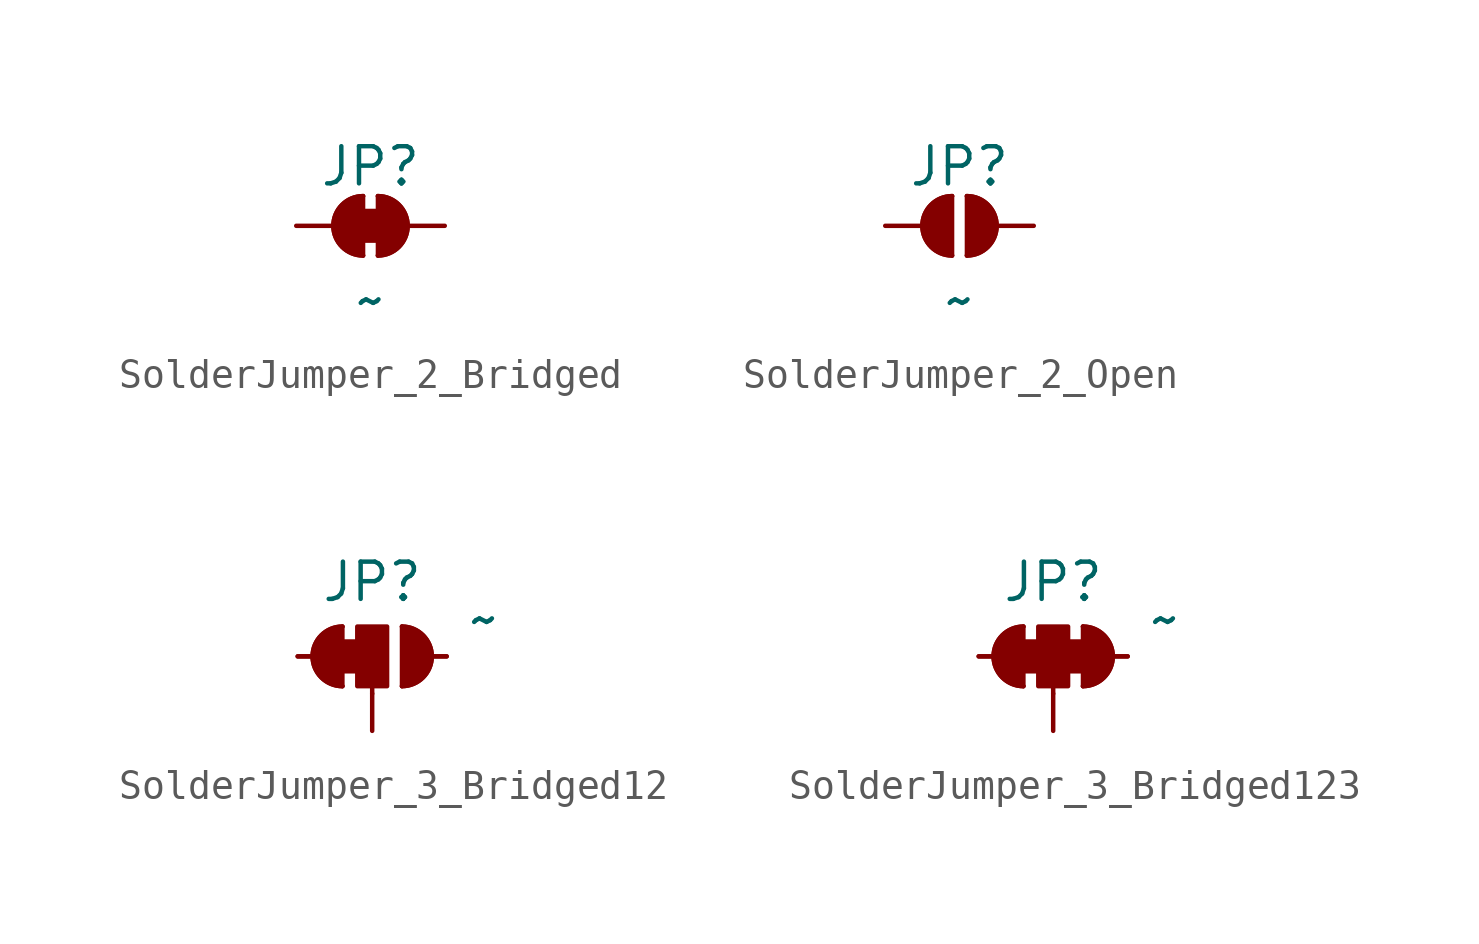
<source format=kicad_sym>
(kicad_symbol_lib
  (version 20231120)
  (generator "kicad_symbol_editor")
  (generator_version "8.0")
  (symbol "SolderJumper_2_Bridged"
    (pin_numbers hide)
    (pin_names
      (offset 0) hide)
    (property "Reference" "JP"
      (at 0 2.032 0)
      (effects (font (size 1.27 1.27))))
    (property "Value" "~"
      (at 0 -2.54 0)
      (effects (font (size 1.27 1.27))))
    (symbol "SolderJumper_2_Bridged_0_1"
      (rectangle (start -0.508 0.508) (end 0.508 -0.508) (stroke (width 0) (type default)) (fill (type outline)))
      (arc (start -0.254 1.016) (mid -1.2656 0) (end -0.254 -1.016) (stroke (width 0) (type default)) (fill (type none)))
      (arc (start -0.254 1.016) (mid -1.2656 0) (end -0.254 -1.016) (stroke (width 0) (type default)) (fill (type outline)))
      (polyline (pts (xy -0.254 1.016) (xy -0.254 -1.016)) (stroke (width 0) (type default)) (fill (type none)))
      (polyline (pts (xy 0.254 1.016) (xy 0.254 -1.016)) (stroke (width 0) (type default)) (fill (type none)))
      (arc (start 0.254 -1.016) (mid 1.2656 0) (end 0.254 1.016) (stroke (width 0) (type default)) (fill (type none)))
      (arc (start 0.254 -1.016) (mid 1.2656 0) (end 0.254 1.016) (stroke (width 0) (type default)) (fill (type outline))))
    (symbol "SolderJumper_2_Bridged_1_1"
      (pin passive line (at -2.54 0 0) (length 1.27) (name "A" (effects (font (size 1.27 1.27)))) (number "1" (effects (font (size 1.27 1.27)))))
      (pin passive line (at 2.54 0 180) (length 1.27) (name "B" (effects (font (size 1.27 1.27)))) (number "2" (effects (font (size 1.27 1.27)))))))
  (symbol "SolderJumper_2_Open"
    (pin_numbers hide)
    (pin_names
      (offset 0) hide)
    (property "Reference" "JP"
      (at 0 2.032 0)
      (effects (font (size 1.27 1.27))))
    (property "Value" "~"
      (at 0 -2.54 0)
      (effects (font (size 1.27 1.27))))
    (symbol "SolderJumper_2_Open_0_1"
      (arc (start -0.254 1.016) (mid -1.2656 0) (end -0.254 -1.016) (stroke (width 0) (type default)) (fill (type none)))
      (arc (start -0.254 1.016) (mid -1.2656 0) (end -0.254 -1.016) (stroke (width 0) (type default)) (fill (type outline)))
      (polyline (pts (xy -0.254 1.016) (xy -0.254 -1.016)) (stroke (width 0) (type default)) (fill (type none)))
      (polyline (pts (xy 0.254 1.016) (xy 0.254 -1.016)) (stroke (width 0) (type default)) (fill (type none)))
      (arc (start 0.254 -1.016) (mid 1.2656 0) (end 0.254 1.016) (stroke (width 0) (type default)) (fill (type none)))
      (arc (start 0.254 -1.016) (mid 1.2656 0) (end 0.254 1.016) (stroke (width 0) (type default)) (fill (type outline))))
    (symbol "SolderJumper_2_Open_1_1"
      (pin passive line (at -2.54 0 0) (length 1.27) (name "A" (effects (font (size 1.27 1.27)))) (number "1" (effects (font (size 1.27 1.27)))))
      (pin passive line (at 2.54 0 180) (length 1.27) (name "B" (effects (font (size 1.27 1.27)))) (number "2" (effects (font (size 1.27 1.27)))))))
  (symbol "SolderJumper_3_Bridged12"
    (pin_numbers hide)
    (pin_names
      (offset 0) hide)
    (property "Reference" "JP"
      (at 0 2.54 0)
      (effects (font (size 1.27 1.27))))
    (property "Value" "~"
      (at 3.81 1.27 0)
      (effects (font (size 1.27 1.27))))
    (symbol "SolderJumper_3_Bridged12_0_1"
      (rectangle (start -1.016 0.508) (end -0.508 -0.508) (stroke (width 0) (type default)) (fill (type outline)))
      (arc (start -1.016 1.016) (mid -2.0276 0) (end -1.016 -1.016) (stroke (width 0) (type default)) (fill (type none)))
      (arc (start -1.016 1.016) (mid -2.0276 0) (end -1.016 -1.016) (stroke (width 0) (type default)) (fill (type outline)))
      (rectangle (start -0.508 1.016) (end 0.508 -1.016) (stroke (width 0) (type default)) (fill (type outline)))
      (polyline (pts (xy -2.54 0) (xy -2.032 0)) (stroke (width 0) (type default)) (fill (type none)))
      (polyline (pts (xy -1.016 1.016) (xy -1.016 -1.016)) (stroke (width 0) (type default)) (fill (type none)))
      (polyline (pts (xy 0 -1.27) (xy 0 -1.016)) (stroke (width 0) (type default)) (fill (type none)))
      (polyline (pts (xy 1.016 1.016) (xy 1.016 -1.016)) (stroke (width 0) (type default)) (fill (type none)))
      (polyline (pts (xy 2.54 0) (xy 2.032 0)) (stroke (width 0) (type default)) (fill (type none)))
      (arc (start 1.016 -1.016) (mid 2.0276 0) (end 1.016 1.016) (stroke (width 0) (type default)) (fill (type none)))
      (arc (start 1.016 -1.016) (mid 2.0276 0) (end 1.016 1.016) (stroke (width 0) (type default)) (fill (type outline))))
    (symbol "SolderJumper_3_Bridged12_1_1"
      (pin passive line (at -2.54 0 0) (length 1.27) (name "A" (effects (font (size 1.27 1.27)))) (number "1" (effects (font (size 1.27 1.27)))))
      (pin passive line (at 2.54 0 180) (length 1.27) (name "B" (effects (font (size 1.27 1.27)))) (number "2" (effects (font (size 1.27 1.27)))))
      (pin passive line (at 0 -2.54 90) (length 1.27) (name "C" (effects (font (size 1.27 1.27)))) (number "2" (effects (font (size 1.27 1.27)))))))
  (symbol "SolderJumper_3_Bridged123"
    (pin_numbers hide)
    (pin_names
      (offset 0) hide)
    (property "Reference" "JP"
      (at 0 2.54 0)
      (effects (font (size 1.27 1.27))))
    (property "Value" "~"
      (at 3.81 1.27 0)
      (effects (font (size 1.27 1.27))))
    (symbol "SolderJumper_3_Bridged123_0_1"
      (rectangle (start -1.016 0.508) (end -0.508 -0.508) (stroke (width 0) (type default)) (fill (type outline)))
      (arc (start -1.016 1.016) (mid -2.0276 0) (end -1.016 -1.016) (stroke (width 0) (type default)) (fill (type none)))
      (arc (start -1.016 1.016) (mid -2.0276 0) (end -1.016 -1.016) (stroke (width 0) (type default)) (fill (type outline)))
      (rectangle (start -0.508 1.016) (end 0.508 -1.016) (stroke (width 0) (type default)) (fill (type outline)))
      (polyline (pts (xy -2.54 0) (xy -2.032 0)) (stroke (width 0) (type default)) (fill (type none)))
      (polyline (pts (xy -1.016 1.016) (xy -1.016 -1.016)) (stroke (width 0) (type default)) (fill (type none)))
      (polyline (pts (xy 0 -1.27) (xy 0 -1.016)) (stroke (width 0) (type default)) (fill (type none)))
      (polyline (pts (xy 1.016 1.016) (xy 1.016 -1.016)) (stroke (width 0) (type default)) (fill (type none)))
      (polyline (pts (xy 2.54 0) (xy 2.032 0)) (stroke (width 0) (type default)) (fill (type none)))
      (rectangle (start 0.508 0.508) (end 1.016 -0.508) (stroke (width 0) (type default)) (fill (type outline)))
      (arc (start 1.016 -1.016) (mid 2.0276 0) (end 1.016 1.016) (stroke (width 0) (type default)) (fill (type none)))
      (arc (start 1.016 -1.016) (mid 2.0276 0) (end 1.016 1.016) (stroke (width 0) (type default)) (fill (type outline))))
    (symbol "SolderJumper_3_Bridged123_1_1"
      (pin passive line (at -2.54 0 0) (length 1.27) (name "A" (effects (font (size 1.27 1.27)))) (number "1" (effects (font (size 1.27 1.27)))))
      (pin passive line (at 2.54 0 180) (length 1.27) (name "B" (effects (font (size 1.27 1.27)))) (number "2" (effects (font (size 1.27 1.27)))))
      (pin passive line (at 0 -2.54 90) (length 1.27) (name "C" (effects (font (size 1.27 1.27)))) (number "2" (effects (font (size 1.27 1.27))))))))
</source>
